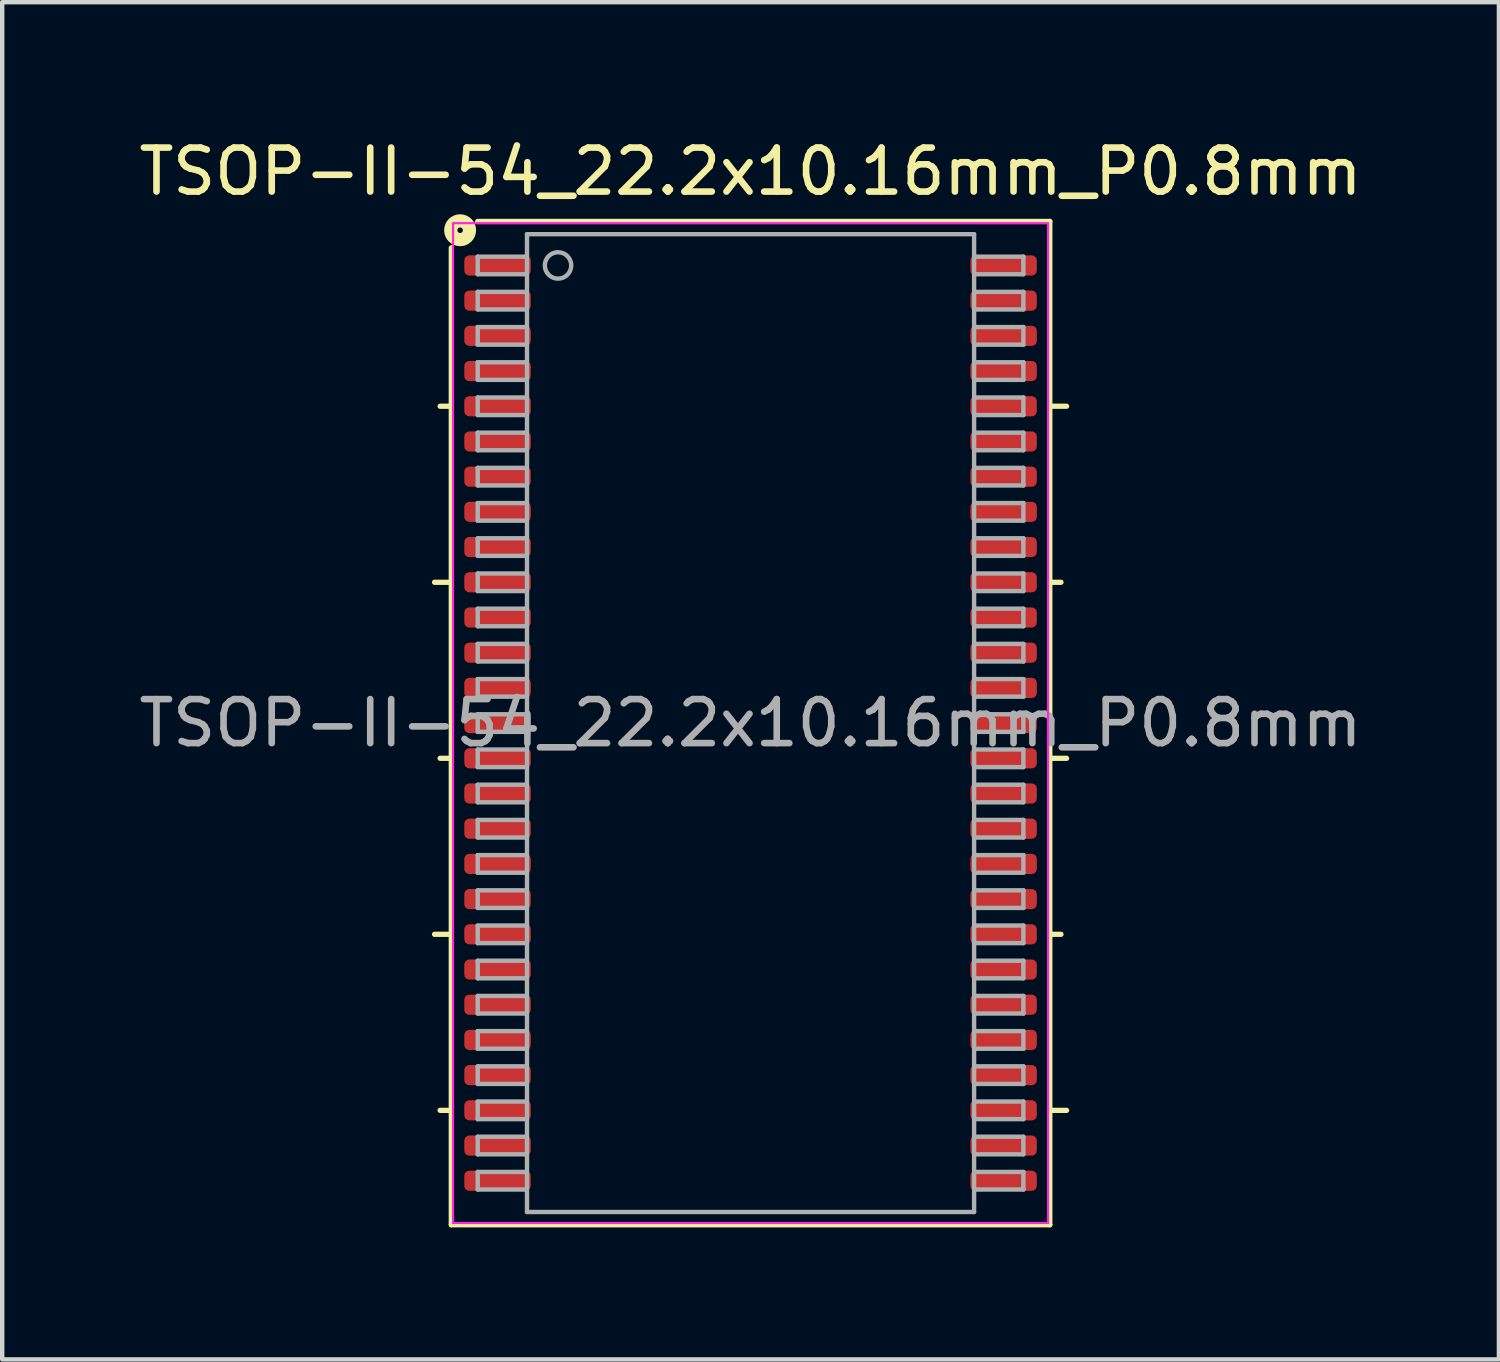
<source format=kicad_pcb>
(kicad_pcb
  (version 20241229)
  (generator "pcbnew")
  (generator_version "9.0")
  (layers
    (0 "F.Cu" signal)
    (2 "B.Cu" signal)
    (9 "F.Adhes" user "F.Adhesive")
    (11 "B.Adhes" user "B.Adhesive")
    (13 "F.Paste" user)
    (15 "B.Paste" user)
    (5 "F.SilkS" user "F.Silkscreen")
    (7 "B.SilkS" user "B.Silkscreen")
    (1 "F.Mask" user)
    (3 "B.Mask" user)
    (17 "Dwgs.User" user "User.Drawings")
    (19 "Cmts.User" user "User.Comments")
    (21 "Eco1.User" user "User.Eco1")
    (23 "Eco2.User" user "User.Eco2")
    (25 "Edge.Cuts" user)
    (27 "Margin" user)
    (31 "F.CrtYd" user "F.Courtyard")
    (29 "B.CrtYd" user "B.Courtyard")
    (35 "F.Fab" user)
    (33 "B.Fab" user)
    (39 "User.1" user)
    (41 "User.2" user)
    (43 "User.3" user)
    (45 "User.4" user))
  (footprint "TSOP-II-54_22.2x10.16mm_P0.8mm"
    (layer "F.Cu")
    (at 14.006 13.382)
    (property "Reference" "TSOP-II-54_22.2x10.16mm_P0.8mm" (at 0 -12.534 0) (layer "F.SilkS") (effects (font (size 1 1) (thickness 0.15))))
    (attr smd)
    (fp_line (start -7.181 -3.2) (end -6.8 -3.2) (stroke (width 0.12) (type solid)) (layer "F.SilkS"))
    (fp_line (start -7.181 4.8) (end -6.8 4.8) (stroke (width 0.12) (type solid)) (layer "F.SilkS"))
    (fp_line (start -7.054 -7.2) (end -6.8 -7.2) (stroke (width 0.12) (type solid)) (layer "F.SilkS"))
    (fp_line (start -7.054 0.8) (end -6.8 0.8) (stroke (width 0.12) (type solid)) (layer "F.SilkS"))
    (fp_line (start -7.054 8.8) (end -6.8 8.8) (stroke (width 0.12) (type solid)) (layer "F.SilkS"))
    (fp_line (start -6.8 -10.8) (end -6.8 11.4) (stroke (width 0.12) (type solid)) (layer "F.SilkS"))
    (fp_line (start -6.8 11.4) (end 6.8 11.4) (stroke (width 0.12) (type solid)) (layer "F.SilkS"))
    (fp_line (start 6.8 -11.4) (end -6.2 -11.4) (stroke (width 0.12) (type solid)) (layer "F.SilkS"))
    (fp_line (start 6.8 -7.2) (end 7.181 -7.2) (stroke (width 0.12) (type solid)) (layer "F.SilkS"))
    (fp_line (start 6.8 -3.2) (end 7.054 -3.2) (stroke (width 0.12) (type solid)) (layer "F.SilkS"))
    (fp_line (start 6.8 0.8) (end 7.181 0.8) (stroke (width 0.12) (type solid)) (layer "F.SilkS"))
    (fp_line (start 6.8 4.8) (end 7.054 4.8) (stroke (width 0.12) (type solid)) (layer "F.SilkS"))
    (fp_line (start 6.8 8.8) (end 7.181 8.8) (stroke (width 0.12) (type solid)) (layer "F.SilkS"))
    (fp_line (start 6.8 11.4) (end 6.8 -11.4) (stroke (width 0.12) (type solid)) (layer "F.SilkS"))
    (fp_circle (center -6.6 -11.2) (end -6.537 -11.2) (stroke (width 0.3) (type solid)) (fill no) (layer "F.SilkS"))
    (fp_line (start -6.76 -11.36) (end -6.76 11.36) (stroke (width 0.05) (type solid)) (layer "F.CrtYd"))
    (fp_line (start -6.76 -11.36) (end 6.76 -11.36) (stroke (width 0.05) (type solid)) (layer "F.CrtYd"))
    (fp_line (start 6.76 -11.36) (end 6.76 11.36) (stroke (width 0.05) (type solid)) (layer "F.CrtYd"))
    (fp_line (start 6.76 11.36) (end -6.76 11.36) (stroke (width 0.05) (type solid)) (layer "F.CrtYd"))
    (fp_line (start -6.2 -10.6) (end -6.2 -10.2) (stroke (width 0.1) (type solid)) (layer "F.Fab"))
    (fp_line (start -6.2 -10.6) (end -5.1 -10.6) (stroke (width 0.1) (type solid)) (layer "F.Fab"))
    (fp_line (start -6.2 -10.2) (end -5.1 -10.2) (stroke (width 0.1) (type solid)) (layer "F.Fab"))
    (fp_line (start -6.2 -9.8) (end -6.2 -9.4) (stroke (width 0.1) (type solid)) (layer "F.Fab"))
    (fp_line (start -6.2 -9.8) (end -5.1 -9.8) (stroke (width 0.1) (type solid)) (layer "F.Fab"))
    (fp_line (start -6.2 -9.4) (end -5.1 -9.4) (stroke (width 0.1) (type solid)) (layer "F.Fab"))
    (fp_line (start -6.2 -9) (end -6.2 -8.6) (stroke (width 0.1) (type solid)) (layer "F.Fab"))
    (fp_line (start -6.2 -9) (end -5.1 -9) (stroke (width 0.1) (type solid)) (layer "F.Fab"))
    (fp_line (start -6.2 -8.6) (end -5.1 -8.6) (stroke (width 0.1) (type solid)) (layer "F.Fab"))
    (fp_line (start -6.2 -8.2) (end -6.2 -7.8) (stroke (width 0.1) (type solid)) (layer "F.Fab"))
    (fp_line (start -6.2 -8.2) (end -5.1 -8.2) (stroke (width 0.1) (type solid)) (layer "F.Fab"))
    (fp_line (start -6.2 -7.8) (end -5.1 -7.8) (stroke (width 0.1) (type solid)) (layer "F.Fab"))
    (fp_line (start -6.2 -7.4) (end -6.2 -7) (stroke (width 0.1) (type solid)) (layer "F.Fab"))
    (fp_line (start -6.2 -7.4) (end -5.1 -7.4) (stroke (width 0.1) (type solid)) (layer "F.Fab"))
    (fp_line (start -6.2 -7) (end -5.1 -7) (stroke (width 0.1) (type solid)) (layer "F.Fab"))
    (fp_line (start -6.2 -6.6) (end -6.2 -6.2) (stroke (width 0.1) (type solid)) (layer "F.Fab"))
    (fp_line (start -6.2 -6.6) (end -5.1 -6.6) (stroke (width 0.1) (type solid)) (layer "F.Fab"))
    (fp_line (start -6.2 -6.2) (end -5.1 -6.2) (stroke (width 0.1) (type solid)) (layer "F.Fab"))
    (fp_line (start -6.2 -5.8) (end -6.2 -5.4) (stroke (width 0.1) (type solid)) (layer "F.Fab"))
    (fp_line (start -6.2 -5.8) (end -5.1 -5.8) (stroke (width 0.1) (type solid)) (layer "F.Fab"))
    (fp_line (start -6.2 -5.4) (end -5.1 -5.4) (stroke (width 0.1) (type solid)) (layer "F.Fab"))
    (fp_line (start -6.2 -5) (end -6.2 -4.6) (stroke (width 0.1) (type solid)) (layer "F.Fab"))
    (fp_line (start -6.2 -5) (end -5.1 -5) (stroke (width 0.1) (type solid)) (layer "F.Fab"))
    (fp_line (start -6.2 -4.6) (end -5.1 -4.6) (stroke (width 0.1) (type solid)) (layer "F.Fab"))
    (fp_line (start -6.2 -4.2) (end -6.2 -3.8) (stroke (width 0.1) (type solid)) (layer "F.Fab"))
    (fp_line (start -6.2 -4.2) (end -5.1 -4.2) (stroke (width 0.1) (type solid)) (layer "F.Fab"))
    (fp_line (start -6.2 -3.8) (end -5.1 -3.8) (stroke (width 0.1) (type solid)) (layer "F.Fab"))
    (fp_line (start -6.2 -3.4) (end -6.2 -3) (stroke (width 0.1) (type solid)) (layer "F.Fab"))
    (fp_line (start -6.2 -3.4) (end -5.1 -3.4) (stroke (width 0.1) (type solid)) (layer "F.Fab"))
    (fp_line (start -6.2 -3) (end -5.1 -3) (stroke (width 0.1) (type solid)) (layer "F.Fab"))
    (fp_line (start -6.2 -2.6) (end -6.2 -2.2) (stroke (width 0.1) (type solid)) (layer "F.Fab"))
    (fp_line (start -6.2 -2.6) (end -5.1 -2.6) (stroke (width 0.1) (type solid)) (layer "F.Fab"))
    (fp_line (start -6.2 -2.2) (end -5.1 -2.2) (stroke (width 0.1) (type solid)) (layer "F.Fab"))
    (fp_line (start -6.2 -1.8) (end -6.2 -1.4) (stroke (width 0.1) (type solid)) (layer "F.Fab"))
    (fp_line (start -6.2 -1.8) (end -5.1 -1.8) (stroke (width 0.1) (type solid)) (layer "F.Fab"))
    (fp_line (start -6.2 -1.4) (end -5.1 -1.4) (stroke (width 0.1) (type solid)) (layer "F.Fab"))
    (fp_line (start -6.2 -1) (end -6.2 -0.6) (stroke (width 0.1) (type solid)) (layer "F.Fab"))
    (fp_line (start -6.2 -1) (end -5.1 -1) (stroke (width 0.1) (type solid)) (layer "F.Fab"))
    (fp_line (start -6.2 -0.6) (end -5.1 -0.6) (stroke (width 0.1) (type solid)) (layer "F.Fab"))
    (fp_line (start -6.2 -0.2) (end -6.2 0.2) (stroke (width 0.1) (type solid)) (layer "F.Fab"))
    (fp_line (start -6.2 -0.2) (end -5.1 -0.2) (stroke (width 0.1) (type solid)) (layer "F.Fab"))
    (fp_line (start -6.2 0.2) (end -5.1 0.2) (stroke (width 0.1) (type solid)) (layer "F.Fab"))
    (fp_line (start -6.2 0.6) (end -6.2 1) (stroke (width 0.1) (type solid)) (layer "F.Fab"))
    (fp_line (start -6.2 0.6) (end -5.1 0.6) (stroke (width 0.1) (type solid)) (layer "F.Fab"))
    (fp_line (start -6.2 1) (end -5.1 1) (stroke (width 0.1) (type solid)) (layer "F.Fab"))
    (fp_line (start -6.2 1.4) (end -6.2 1.8) (stroke (width 0.1) (type solid)) (layer "F.Fab"))
    (fp_line (start -6.2 1.4) (end -5.1 1.4) (stroke (width 0.1) (type solid)) (layer "F.Fab"))
    (fp_line (start -6.2 1.8) (end -5.1 1.8) (stroke (width 0.1) (type solid)) (layer "F.Fab"))
    (fp_line (start -6.2 2.2) (end -6.2 2.6) (stroke (width 0.1) (type solid)) (layer "F.Fab"))
    (fp_line (start -6.2 2.2) (end -5.1 2.2) (stroke (width 0.1) (type solid)) (layer "F.Fab"))
    (fp_line (start -6.2 2.6) (end -5.1 2.6) (stroke (width 0.1) (type solid)) (layer "F.Fab"))
    (fp_line (start -6.2 3) (end -6.2 3.4) (stroke (width 0.1) (type solid)) (layer "F.Fab"))
    (fp_line (start -6.2 3) (end -5.1 3) (stroke (width 0.1) (type solid)) (layer "F.Fab"))
    (fp_line (start -6.2 3.4) (end -5.1 3.4) (stroke (width 0.1) (type solid)) (layer "F.Fab"))
    (fp_line (start -6.2 3.8) (end -6.2 4.2) (stroke (width 0.1) (type solid)) (layer "F.Fab"))
    (fp_line (start -6.2 3.8) (end -5.1 3.8) (stroke (width 0.1) (type solid)) (layer "F.Fab"))
    (fp_line (start -6.2 4.2) (end -5.1 4.2) (stroke (width 0.1) (type solid)) (layer "F.Fab"))
    (fp_line (start -6.2 4.6) (end -6.2 5) (stroke (width 0.1) (type solid)) (layer "F.Fab"))
    (fp_line (start -6.2 4.6) (end -5.1 4.6) (stroke (width 0.1) (type solid)) (layer "F.Fab"))
    (fp_line (start -6.2 5) (end -5.1 5) (stroke (width 0.1) (type solid)) (layer "F.Fab"))
    (fp_line (start -6.2 5.4) (end -6.2 5.8) (stroke (width 0.1) (type solid)) (layer "F.Fab"))
    (fp_line (start -6.2 5.4) (end -5.1 5.4) (stroke (width 0.1) (type solid)) (layer "F.Fab"))
    (fp_line (start -6.2 5.8) (end -5.1 5.8) (stroke (width 0.1) (type solid)) (layer "F.Fab"))
    (fp_line (start -6.2 6.2) (end -6.2 6.6) (stroke (width 0.1) (type solid)) (layer "F.Fab"))
    (fp_line (start -6.2 6.2) (end -5.1 6.2) (stroke (width 0.1) (type solid)) (layer "F.Fab"))
    (fp_line (start -6.2 6.6) (end -5.1 6.6) (stroke (width 0.1) (type solid)) (layer "F.Fab"))
    (fp_line (start -6.2 7) (end -6.2 7.4) (stroke (width 0.1) (type solid)) (layer "F.Fab"))
    (fp_line (start -6.2 7) (end -5.1 7) (stroke (width 0.1) (type solid)) (layer "F.Fab"))
    (fp_line (start -6.2 7.4) (end -5.1 7.4) (stroke (width 0.1) (type solid)) (layer "F.Fab"))
    (fp_line (start -6.2 7.8) (end -6.2 8.2) (stroke (width 0.1) (type solid)) (layer "F.Fab"))
    (fp_line (start -6.2 7.8) (end -5.1 7.8) (stroke (width 0.1) (type solid)) (layer "F.Fab"))
    (fp_line (start -6.2 8.2) (end -5.1 8.2) (stroke (width 0.1) (type solid)) (layer "F.Fab"))
    (fp_line (start -6.2 8.6) (end -6.2 9) (stroke (width 0.1) (type solid)) (layer "F.Fab"))
    (fp_line (start -6.2 8.6) (end -5.1 8.6) (stroke (width 0.1) (type solid)) (layer "F.Fab"))
    (fp_line (start -6.2 9) (end -5.1 9) (stroke (width 0.1) (type solid)) (layer "F.Fab"))
    (fp_line (start -6.2 9.4) (end -6.2 9.8) (stroke (width 0.1) (type solid)) (layer "F.Fab"))
    (fp_line (start -6.2 9.4) (end -5.1 9.4) (stroke (width 0.1) (type solid)) (layer "F.Fab"))
    (fp_line (start -6.2 9.8) (end -5.1 9.8) (stroke (width 0.1) (type solid)) (layer "F.Fab"))
    (fp_line (start -6.2 10.2) (end -6.2 10.6) (stroke (width 0.1) (type solid)) (layer "F.Fab"))
    (fp_line (start -6.2 10.2) (end -5.1 10.2) (stroke (width 0.1) (type solid)) (layer "F.Fab"))
    (fp_line (start -6.2 10.6) (end -5.1 10.6) (stroke (width 0.1) (type solid)) (layer "F.Fab"))
    (fp_line (start -5.08 -11.11) (end 5.08 -11.11) (stroke (width 0.1) (type solid)) (layer "F.Fab"))
    (fp_line (start -5.08 11.11) (end -5.08 -11.11) (stroke (width 0.1) (type solid)) (layer "F.Fab"))
    (fp_line (start 5.08 -11.11) (end 5.08 11.11) (stroke (width 0.1) (type solid)) (layer "F.Fab"))
    (fp_line (start 5.08 11.11) (end -5.08 11.11) (stroke (width 0.1) (type solid)) (layer "F.Fab"))
    (fp_line (start 6.2 -10.6) (end 5.1 -10.6) (stroke (width 0.1) (type solid)) (layer "F.Fab"))
    (fp_line (start 6.2 -10.2) (end 5.1 -10.2) (stroke (width 0.1) (type solid)) (layer "F.Fab"))
    (fp_line (start 6.2 -10.2) (end 6.2 -10.6) (stroke (width 0.1) (type solid)) (layer "F.Fab"))
    (fp_line (start 6.2 -9.8) (end 5.1 -9.8) (stroke (width 0.1) (type solid)) (layer "F.Fab"))
    (fp_line (start 6.2 -9.4) (end 5.1 -9.4) (stroke (width 0.1) (type solid)) (layer "F.Fab"))
    (fp_line (start 6.2 -9.4) (end 6.2 -9.8) (stroke (width 0.1) (type solid)) (layer "F.Fab"))
    (fp_line (start 6.2 -9) (end 5.1 -9) (stroke (width 0.1) (type solid)) (layer "F.Fab"))
    (fp_line (start 6.2 -8.6) (end 5.1 -8.6) (stroke (width 0.1) (type solid)) (layer "F.Fab"))
    (fp_line (start 6.2 -8.6) (end 6.2 -9) (stroke (width 0.1) (type solid)) (layer "F.Fab"))
    (fp_line (start 6.2 -8.2) (end 5.1 -8.2) (stroke (width 0.1) (type solid)) (layer "F.Fab"))
    (fp_line (start 6.2 -7.8) (end 5.1 -7.8) (stroke (width 0.1) (type solid)) (layer "F.Fab"))
    (fp_line (start 6.2 -7.8) (end 6.2 -8.2) (stroke (width 0.1) (type solid)) (layer "F.Fab"))
    (fp_line (start 6.2 -7.4) (end 5.1 -7.4) (stroke (width 0.1) (type solid)) (layer "F.Fab"))
    (fp_line (start 6.2 -7) (end 5.1 -7) (stroke (width 0.1) (type solid)) (layer "F.Fab"))
    (fp_line (start 6.2 -7) (end 6.2 -7.4) (stroke (width 0.1) (type solid)) (layer "F.Fab"))
    (fp_line (start 6.2 -6.6) (end 5.1 -6.6) (stroke (width 0.1) (type solid)) (layer "F.Fab"))
    (fp_line (start 6.2 -6.2) (end 5.1 -6.2) (stroke (width 0.1) (type solid)) (layer "F.Fab"))
    (fp_line (start 6.2 -6.2) (end 6.2 -6.6) (stroke (width 0.1) (type solid)) (layer "F.Fab"))
    (fp_line (start 6.2 -5.8) (end 5.1 -5.8) (stroke (width 0.1) (type solid)) (layer "F.Fab"))
    (fp_line (start 6.2 -5.4) (end 5.1 -5.4) (stroke (width 0.1) (type solid)) (layer "F.Fab"))
    (fp_line (start 6.2 -5.4) (end 6.2 -5.8) (stroke (width 0.1) (type solid)) (layer "F.Fab"))
    (fp_line (start 6.2 -5) (end 5.1 -5) (stroke (width 0.1) (type solid)) (layer "F.Fab"))
    (fp_line (start 6.2 -4.6) (end 5.1 -4.6) (stroke (width 0.1) (type solid)) (layer "F.Fab"))
    (fp_line (start 6.2 -4.6) (end 6.2 -5) (stroke (width 0.1) (type solid)) (layer "F.Fab"))
    (fp_line (start 6.2 -4.2) (end 5.1 -4.2) (stroke (width 0.1) (type solid)) (layer "F.Fab"))
    (fp_line (start 6.2 -3.8) (end 5.1 -3.8) (stroke (width 0.1) (type solid)) (layer "F.Fab"))
    (fp_line (start 6.2 -3.8) (end 6.2 -4.2) (stroke (width 0.1) (type solid)) (layer "F.Fab"))
    (fp_line (start 6.2 -3.4) (end 5.1 -3.4) (stroke (width 0.1) (type solid)) (layer "F.Fab"))
    (fp_line (start 6.2 -3) (end 5.1 -3) (stroke (width 0.1) (type solid)) (layer "F.Fab"))
    (fp_line (start 6.2 -3) (end 6.2 -3.4) (stroke (width 0.1) (type solid)) (layer "F.Fab"))
    (fp_line (start 6.2 -2.6) (end 5.1 -2.6) (stroke (width 0.1) (type solid)) (layer "F.Fab"))
    (fp_line (start 6.2 -2.2) (end 5.1 -2.2) (stroke (width 0.1) (type solid)) (layer "F.Fab"))
    (fp_line (start 6.2 -2.2) (end 6.2 -2.6) (stroke (width 0.1) (type solid)) (layer "F.Fab"))
    (fp_line (start 6.2 -1.8) (end 5.1 -1.8) (stroke (width 0.1) (type solid)) (layer "F.Fab"))
    (fp_line (start 6.2 -1.4) (end 5.1 -1.4) (stroke (width 0.1) (type solid)) (layer "F.Fab"))
    (fp_line (start 6.2 -1.4) (end 6.2 -1.8) (stroke (width 0.1) (type solid)) (layer "F.Fab"))
    (fp_line (start 6.2 -1) (end 5.1 -1) (stroke (width 0.1) (type solid)) (layer "F.Fab"))
    (fp_line (start 6.2 -0.6) (end 5.1 -0.6) (stroke (width 0.1) (type solid)) (layer "F.Fab"))
    (fp_line (start 6.2 -0.6) (end 6.2 -1) (stroke (width 0.1) (type solid)) (layer "F.Fab"))
    (fp_line (start 6.2 -0.2) (end 5.1 -0.2) (stroke (width 0.1) (type solid)) (layer "F.Fab"))
    (fp_line (start 6.2 0.2) (end 5.1 0.2) (stroke (width 0.1) (type solid)) (layer "F.Fab"))
    (fp_line (start 6.2 0.2) (end 6.2 -0.2) (stroke (width 0.1) (type solid)) (layer "F.Fab"))
    (fp_line (start 6.2 0.6) (end 5.1 0.6) (stroke (width 0.1) (type solid)) (layer "F.Fab"))
    (fp_line (start 6.2 1) (end 5.1 1) (stroke (width 0.1) (type solid)) (layer "F.Fab"))
    (fp_line (start 6.2 1) (end 6.2 0.6) (stroke (width 0.1) (type solid)) (layer "F.Fab"))
    (fp_line (start 6.2 1.4) (end 5.1 1.4) (stroke (width 0.1) (type solid)) (layer "F.Fab"))
    (fp_line (start 6.2 1.8) (end 5.1 1.8) (stroke (width 0.1) (type solid)) (layer "F.Fab"))
    (fp_line (start 6.2 1.8) (end 6.2 1.4) (stroke (width 0.1) (type solid)) (layer "F.Fab"))
    (fp_line (start 6.2 2.2) (end 5.1 2.2) (stroke (width 0.1) (type solid)) (layer "F.Fab"))
    (fp_line (start 6.2 2.6) (end 5.1 2.6) (stroke (width 0.1) (type solid)) (layer "F.Fab"))
    (fp_line (start 6.2 2.6) (end 6.2 2.2) (stroke (width 0.1) (type solid)) (layer "F.Fab"))
    (fp_line (start 6.2 3) (end 5.1 3) (stroke (width 0.1) (type solid)) (layer "F.Fab"))
    (fp_line (start 6.2 3.4) (end 5.1 3.4) (stroke (width 0.1) (type solid)) (layer "F.Fab"))
    (fp_line (start 6.2 3.4) (end 6.2 3) (stroke (width 0.1) (type solid)) (layer "F.Fab"))
    (fp_line (start 6.2 3.8) (end 5.1 3.8) (stroke (width 0.1) (type solid)) (layer "F.Fab"))
    (fp_line (start 6.2 4.2) (end 5.1 4.2) (stroke (width 0.1) (type solid)) (layer "F.Fab"))
    (fp_line (start 6.2 4.2) (end 6.2 3.8) (stroke (width 0.1) (type solid)) (layer "F.Fab"))
    (fp_line (start 6.2 4.6) (end 5.1 4.6) (stroke (width 0.1) (type solid)) (layer "F.Fab"))
    (fp_line (start 6.2 5) (end 5.1 5) (stroke (width 0.1) (type solid)) (layer "F.Fab"))
    (fp_line (start 6.2 5) (end 6.2 4.6) (stroke (width 0.1) (type solid)) (layer "F.Fab"))
    (fp_line (start 6.2 5.4) (end 5.1 5.4) (stroke (width 0.1) (type solid)) (layer "F.Fab"))
    (fp_line (start 6.2 5.8) (end 5.1 5.8) (stroke (width 0.1) (type solid)) (layer "F.Fab"))
    (fp_line (start 6.2 5.8) (end 6.2 5.4) (stroke (width 0.1) (type solid)) (layer "F.Fab"))
    (fp_line (start 6.2 6.2) (end 5.1 6.2) (stroke (width 0.1) (type solid)) (layer "F.Fab"))
    (fp_line (start 6.2 6.6) (end 5.1 6.6) (stroke (width 0.1) (type solid)) (layer "F.Fab"))
    (fp_line (start 6.2 6.6) (end 6.2 6.2) (stroke (width 0.1) (type solid)) (layer "F.Fab"))
    (fp_line (start 6.2 7) (end 5.1 7) (stroke (width 0.1) (type solid)) (layer "F.Fab"))
    (fp_line (start 6.2 7.4) (end 5.1 7.4) (stroke (width 0.1) (type solid)) (layer "F.Fab"))
    (fp_line (start 6.2 7.4) (end 6.2 7) (stroke (width 0.1) (type solid)) (layer "F.Fab"))
    (fp_line (start 6.2 7.8) (end 5.1 7.8) (stroke (width 0.1) (type solid)) (layer "F.Fab"))
    (fp_line (start 6.2 8.2) (end 5.1 8.2) (stroke (width 0.1) (type solid)) (layer "F.Fab"))
    (fp_line (start 6.2 8.2) (end 6.2 7.8) (stroke (width 0.1) (type solid)) (layer "F.Fab"))
    (fp_line (start 6.2 8.6) (end 5.1 8.6) (stroke (width 0.1) (type solid)) (layer "F.Fab"))
    (fp_line (start 6.2 9) (end 5.1 9) (stroke (width 0.1) (type solid)) (layer "F.Fab"))
    (fp_line (start 6.2 9) (end 6.2 8.6) (stroke (width 0.1) (type solid)) (layer "F.Fab"))
    (fp_line (start 6.2 9.4) (end 5.1 9.4) (stroke (width 0.1) (type solid)) (layer "F.Fab"))
    (fp_line (start 6.2 9.8) (end 5.1 9.8) (stroke (width 0.1) (type solid)) (layer "F.Fab"))
    (fp_line (start 6.2 9.8) (end 6.2 9.4) (stroke (width 0.1) (type solid)) (layer "F.Fab"))
    (fp_line (start 6.2 10.2) (end 5.1 10.2) (stroke (width 0.1) (type solid)) (layer "F.Fab"))
    (fp_line (start 6.2 10.6) (end 5.1 10.6) (stroke (width 0.1) (type solid)) (layer "F.Fab"))
    (fp_line (start 6.2 10.6) (end 6.2 10.2) (stroke (width 0.1) (type solid)) (layer "F.Fab"))
    (fp_circle (center -4.375 -10.4) (end -4.075 -10.4) (stroke (width 0.1) (type solid)) (fill no) (layer "F.Fab"))
    (fp_text user "${REFERENCE}" (at 0 0 0) (layer "F.Fab") (effects (font (size 1 1) (thickness 0.15))))
    (pad "1" smd roundrect (at -5.75 -10.4) (size 1.51 0.458) (layers "F.Cu" "F.Mask" "F.Paste") (roundrect_rratio 0.25))
    (pad "2" smd roundrect (at -5.75 -9.6) (size 1.51 0.458) (layers "F.Cu" "F.Mask" "F.Paste") (roundrect_rratio 0.25))
    (pad "3" smd roundrect (at -5.75 -8.8) (size 1.51 0.458) (layers "F.Cu" "F.Mask" "F.Paste") (roundrect_rratio 0.25))
    (pad "4" smd roundrect (at -5.75 -8) (size 1.51 0.458) (layers "F.Cu" "F.Mask" "F.Paste") (roundrect_rratio 0.25))
    (pad "5" smd roundrect (at -5.75 -7.2) (size 1.51 0.458) (layers "F.Cu" "F.Mask" "F.Paste") (roundrect_rratio 0.25))
    (pad "6" smd roundrect (at -5.75 -6.4) (size 1.51 0.458) (layers "F.Cu" "F.Mask" "F.Paste") (roundrect_rratio 0.25))
    (pad "7" smd roundrect (at -5.75 -5.6) (size 1.51 0.458) (layers "F.Cu" "F.Mask" "F.Paste") (roundrect_rratio 0.25))
    (pad "8" smd roundrect (at -5.75 -4.8) (size 1.51 0.458) (layers "F.Cu" "F.Mask" "F.Paste") (roundrect_rratio 0.25))
    (pad "9" smd roundrect (at -5.75 -4) (size 1.51 0.458) (layers "F.Cu" "F.Mask" "F.Paste") (roundrect_rratio 0.25))
    (pad "10" smd roundrect (at -5.75 -3.2) (size 1.51 0.458) (layers "F.Cu" "F.Mask" "F.Paste") (roundrect_rratio 0.25))
    (pad "11" smd roundrect (at -5.75 -2.4) (size 1.51 0.458) (layers "F.Cu" "F.Mask" "F.Paste") (roundrect_rratio 0.25))
    (pad "12" smd roundrect (at -5.75 -1.6) (size 1.51 0.458) (layers "F.Cu" "F.Mask" "F.Paste") (roundrect_rratio 0.25))
    (pad "13" smd roundrect (at -5.75 -0.8) (size 1.51 0.458) (layers "F.Cu" "F.Mask" "F.Paste") (roundrect_rratio 0.25))
    (pad "14" smd roundrect (at -5.75 0) (size 1.51 0.458) (layers "F.Cu" "F.Mask" "F.Paste") (roundrect_rratio 0.25))
    (pad "15" smd roundrect (at -5.75 0.8) (size 1.51 0.458) (layers "F.Cu" "F.Mask" "F.Paste") (roundrect_rratio 0.25))
    (pad "16" smd roundrect (at -5.75 1.6) (size 1.51 0.458) (layers "F.Cu" "F.Mask" "F.Paste") (roundrect_rratio 0.25))
    (pad "17" smd roundrect (at -5.75 2.4) (size 1.51 0.458) (layers "F.Cu" "F.Mask" "F.Paste") (roundrect_rratio 0.25))
    (pad "18" smd roundrect (at -5.75 3.2) (size 1.51 0.458) (layers "F.Cu" "F.Mask" "F.Paste") (roundrect_rratio 0.25))
    (pad "19" smd roundrect (at -5.75 4) (size 1.51 0.458) (layers "F.Cu" "F.Mask" "F.Paste") (roundrect_rratio 0.25))
    (pad "20" smd roundrect (at -5.75 4.8) (size 1.51 0.458) (layers "F.Cu" "F.Mask" "F.Paste") (roundrect_rratio 0.25))
    (pad "21" smd roundrect (at -5.75 5.6) (size 1.51 0.458) (layers "F.Cu" "F.Mask" "F.Paste") (roundrect_rratio 0.25))
    (pad "22" smd roundrect (at -5.75 6.4) (size 1.51 0.458) (layers "F.Cu" "F.Mask" "F.Paste") (roundrect_rratio 0.25))
    (pad "23" smd roundrect (at -5.75 7.2) (size 1.51 0.458) (layers "F.Cu" "F.Mask" "F.Paste") (roundrect_rratio 0.25))
    (pad "24" smd roundrect (at -5.75 8) (size 1.51 0.458) (layers "F.Cu" "F.Mask" "F.Paste") (roundrect_rratio 0.25))
    (pad "25" smd roundrect (at -5.75 8.8) (size 1.51 0.458) (layers "F.Cu" "F.Mask" "F.Paste") (roundrect_rratio 0.25))
    (pad "26" smd roundrect (at -5.75 9.6) (size 1.51 0.458) (layers "F.Cu" "F.Mask" "F.Paste") (roundrect_rratio 0.25))
    (pad "27" smd roundrect (at -5.75 10.4) (size 1.51 0.458) (layers "F.Cu" "F.Mask" "F.Paste") (roundrect_rratio 0.25))
    (pad "28" smd roundrect (at 5.75 10.4) (size 1.51 0.458) (layers "F.Cu" "F.Mask" "F.Paste") (roundrect_rratio 0.25))
    (pad "29" smd roundrect (at 5.75 9.6) (size 1.51 0.458) (layers "F.Cu" "F.Mask" "F.Paste") (roundrect_rratio 0.25))
    (pad "30" smd roundrect (at 5.75 8.8) (size 1.51 0.458) (layers "F.Cu" "F.Mask" "F.Paste") (roundrect_rratio 0.25))
    (pad "31" smd roundrect (at 5.75 8) (size 1.51 0.458) (layers "F.Cu" "F.Mask" "F.Paste") (roundrect_rratio 0.25))
    (pad "32" smd roundrect (at 5.75 7.2) (size 1.51 0.458) (layers "F.Cu" "F.Mask" "F.Paste") (roundrect_rratio 0.25))
    (pad "33" smd roundrect (at 5.75 6.4) (size 1.51 0.458) (layers "F.Cu" "F.Mask" "F.Paste") (roundrect_rratio 0.25))
    (pad "34" smd roundrect (at 5.75 5.6) (size 1.51 0.458) (layers "F.Cu" "F.Mask" "F.Paste") (roundrect_rratio 0.25))
    (pad "35" smd roundrect (at 5.75 4.8) (size 1.51 0.458) (layers "F.Cu" "F.Mask" "F.Paste") (roundrect_rratio 0.25))
    (pad "36" smd roundrect (at 5.75 4) (size 1.51 0.458) (layers "F.Cu" "F.Mask" "F.Paste") (roundrect_rratio 0.25))
    (pad "37" smd roundrect (at 5.75 3.2) (size 1.51 0.458) (layers "F.Cu" "F.Mask" "F.Paste") (roundrect_rratio 0.25))
    (pad "38" smd roundrect (at 5.75 2.4) (size 1.51 0.458) (layers "F.Cu" "F.Mask" "F.Paste") (roundrect_rratio 0.25))
    (pad "39" smd roundrect (at 5.75 1.6) (size 1.51 0.458) (layers "F.Cu" "F.Mask" "F.Paste") (roundrect_rratio 0.25))
    (pad "40" smd roundrect (at 5.75 0.8) (size 1.51 0.458) (layers "F.Cu" "F.Mask" "F.Paste") (roundrect_rratio 0.25))
    (pad "41" smd roundrect (at 5.75 0) (size 1.51 0.458) (layers "F.Cu" "F.Mask" "F.Paste") (roundrect_rratio 0.25))
    (pad "42" smd roundrect (at 5.75 -0.8) (size 1.51 0.458) (layers "F.Cu" "F.Mask" "F.Paste") (roundrect_rratio 0.25))
    (pad "43" smd roundrect (at 5.75 -1.6) (size 1.51 0.458) (layers "F.Cu" "F.Mask" "F.Paste") (roundrect_rratio 0.25))
    (pad "44" smd roundrect (at 5.75 -2.4) (size 1.51 0.458) (layers "F.Cu" "F.Mask" "F.Paste") (roundrect_rratio 0.25))
    (pad "45" smd roundrect (at 5.75 -3.2) (size 1.51 0.458) (layers "F.Cu" "F.Mask" "F.Paste") (roundrect_rratio 0.25))
    (pad "46" smd roundrect (at 5.75 -4) (size 1.51 0.458) (layers "F.Cu" "F.Mask" "F.Paste") (roundrect_rratio 0.25))
    (pad "47" smd roundrect (at 5.75 -4.8) (size 1.51 0.458) (layers "F.Cu" "F.Mask" "F.Paste") (roundrect_rratio 0.25))
    (pad "48" smd roundrect (at 5.75 -5.6) (size 1.51 0.458) (layers "F.Cu" "F.Mask" "F.Paste") (roundrect_rratio 0.25))
    (pad "49" smd roundrect (at 5.75 -6.4) (size 1.51 0.458) (layers "F.Cu" "F.Mask" "F.Paste") (roundrect_rratio 0.25))
    (pad "50" smd roundrect (at 5.75 -7.2) (size 1.51 0.458) (layers "F.Cu" "F.Mask" "F.Paste") (roundrect_rratio 0.25))
    (pad "51" smd roundrect (at 5.75 -8) (size 1.51 0.458) (layers "F.Cu" "F.Mask" "F.Paste") (roundrect_rratio 0.25))
    (pad "52" smd roundrect (at 5.75 -8.8) (size 1.51 0.458) (layers "F.Cu" "F.Mask" "F.Paste") (roundrect_rratio 0.25))
    (pad "53" smd roundrect (at 5.75 -9.6) (size 1.51 0.458) (layers "F.Cu" "F.Mask" "F.Paste") (roundrect_rratio 0.25))
    (pad "54" smd roundrect (at 5.75 -10.4) (size 1.51 0.458) (layers "F.Cu" "F.Mask" "F.Paste") (roundrect_rratio 0.25)))
  (gr_rect
    (start -3 -3)
    (end 31.012 27.842)
    (stroke (width 0.1) (type default))
    (fill no)
    (layer "Edge.Cuts")))
</source>
